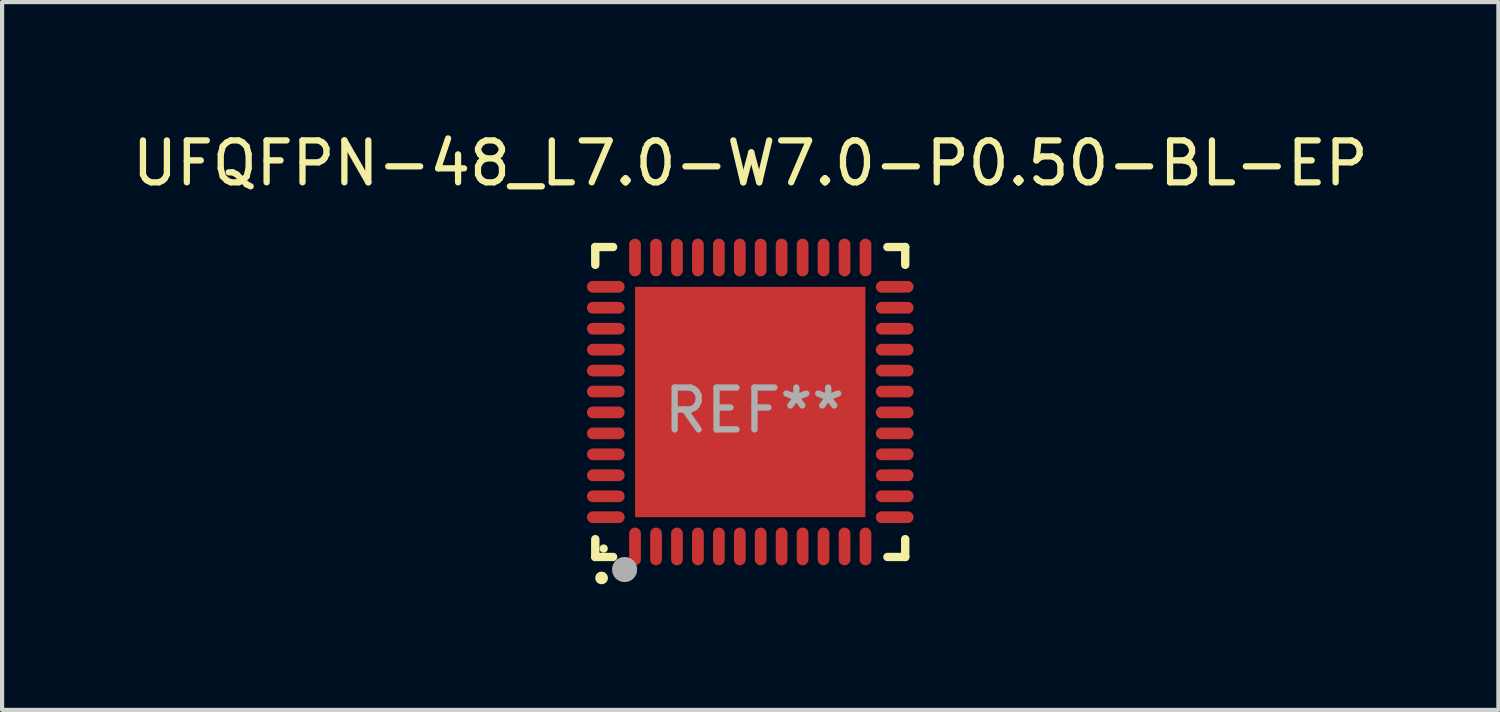
<source format=kicad_pcb>
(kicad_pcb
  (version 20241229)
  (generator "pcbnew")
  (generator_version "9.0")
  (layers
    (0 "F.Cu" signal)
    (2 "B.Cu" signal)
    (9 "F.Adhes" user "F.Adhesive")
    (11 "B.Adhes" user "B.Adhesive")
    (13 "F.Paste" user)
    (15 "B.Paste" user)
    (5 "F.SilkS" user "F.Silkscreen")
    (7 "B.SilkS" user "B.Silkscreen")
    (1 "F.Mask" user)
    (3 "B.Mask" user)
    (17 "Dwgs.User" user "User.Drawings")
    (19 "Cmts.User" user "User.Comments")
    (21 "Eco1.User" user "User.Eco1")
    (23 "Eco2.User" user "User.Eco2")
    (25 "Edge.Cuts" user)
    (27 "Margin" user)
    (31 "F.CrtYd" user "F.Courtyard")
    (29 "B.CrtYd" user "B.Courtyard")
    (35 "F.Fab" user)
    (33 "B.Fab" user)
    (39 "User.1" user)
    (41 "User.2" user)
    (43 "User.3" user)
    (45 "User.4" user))
  (footprint "UFQFPN-48_L7.0-W7.0-P0.50-BL-EP"
    (layer "F.Cu")
    (at 14.863 6.548)
    (property "Reference" "UFQFPN-48_L7.0-W7.0-P0.50-BL-EP" (at 0 -5.7 0) (layer "F.SilkS") (effects (font (size 1 1) (thickness 0.15))))
    (attr through_hole)
    (fp_line (start -3.7 -3.7) (end -3.275 -3.7) (stroke (width 0.2) (type solid)) (layer "F.SilkS"))
    (fp_line (start -3.7 -3.275) (end -3.7 -3.7) (stroke (width 0.2) (type solid)) (layer "F.SilkS"))
    (fp_line (start -3.7 3.7) (end -3.7 3.275) (stroke (width 0.2) (type solid)) (layer "F.SilkS"))
    (fp_line (start -3.275 3.7) (end -3.7 3.7) (stroke (width 0.2) (type solid)) (layer "F.SilkS"))
    (fp_line (start 3.7 -3.7) (end 3.275 -3.7) (stroke (width 0.2) (type solid)) (layer "F.SilkS"))
    (fp_line (start 3.7 -3.275) (end 3.7 -3.7) (stroke (width 0.2) (type solid)) (layer "F.SilkS"))
    (fp_line (start 3.7 3.275) (end 3.7 3.7) (stroke (width 0.2) (type solid)) (layer "F.SilkS"))
    (fp_line (start 3.7 3.7) (end 3.275 3.7) (stroke (width 0.2) (type solid)) (layer "F.SilkS"))
    (fp_arc (start -3.550927 4.201168) (mid -3.549657 4.201163) (end -3.548387 4.201168) (stroke (width 0.3) (type solid)) (layer "F.SilkS"))
    (fp_circle (center -3.5 3.5) (end -3.45 3.5) (stroke (width 0.1) (type solid)) (fill no) (layer "F.SilkS"))
    (fp_circle (center -3 4) (end -2.85 4) (stroke (width 0.3) (type solid)) (fill no) (layer "F.Fab"))
    (fp_text user "REF**" (at 0.1 0.2 0) (layer "F.Fab") (effects (font (size 1 1) (thickness 0.15))))
    (pad "1" smd oval (at -2.751 3.449) (size 0.28 0.9) (layers "F.Cu" "F.Mask" "F.Paste"))
    (pad "2" smd oval (at -2.25 3.449) (size 0.28 0.9) (layers "F.Cu" "F.Mask" "F.Paste"))
    (pad "3" smd oval (at -1.75 3.449) (size 0.28 0.9) (layers "F.Cu" "F.Mask" "F.Paste"))
    (pad "4" smd oval (at -1.25 3.449) (size 0.28 0.9) (layers "F.Cu" "F.Mask" "F.Paste"))
    (pad "5" smd oval (at -0.749 3.449) (size 0.28 0.9) (layers "F.Cu" "F.Mask" "F.Paste"))
    (pad "6" smd oval (at -0.249 3.449) (size 0.28 0.9) (layers "F.Cu" "F.Mask" "F.Paste"))
    (pad "7" smd oval (at 0.249 3.449) (size 0.28 0.9) (layers "F.Cu" "F.Mask" "F.Paste"))
    (pad "8" smd oval (at 0.749 3.449) (size 0.28 0.9) (layers "F.Cu" "F.Mask" "F.Paste"))
    (pad "9" smd oval (at 1.25 3.449) (size 0.28 0.9) (layers "F.Cu" "F.Mask" "F.Paste"))
    (pad "10" smd oval (at 1.75 3.449) (size 0.28 0.9) (layers "F.Cu" "F.Mask" "F.Paste"))
    (pad "11" smd oval (at 2.251 3.449) (size 0.28 0.9) (layers "F.Cu" "F.Mask" "F.Paste"))
    (pad "12" smd oval (at 2.751 3.449) (size 0.28 0.9) (layers "F.Cu" "F.Mask" "F.Paste"))
    (pad "13" smd oval (at 3.449 2.751) (size 0.9 0.28) (layers "F.Cu" "F.Mask" "F.Paste"))
    (pad "14" smd oval (at 3.449 2.251) (size 0.9 0.28) (layers "F.Cu" "F.Mask" "F.Paste"))
    (pad "15" smd oval (at 3.449 1.75) (size 0.9 0.28) (layers "F.Cu" "F.Mask" "F.Paste"))
    (pad "16" smd oval (at 3.449 1.25) (size 0.9 0.28) (layers "F.Cu" "F.Mask" "F.Paste"))
    (pad "17" smd oval (at 3.449 0.749) (size 0.9 0.28) (layers "F.Cu" "F.Mask" "F.Paste"))
    (pad "18" smd oval (at 3.449 0.249) (size 0.9 0.28) (layers "F.Cu" "F.Mask" "F.Paste"))
    (pad "19" smd oval (at 3.449 -0.249) (size 0.9 0.28) (layers "F.Cu" "F.Mask" "F.Paste"))
    (pad "20" smd oval (at 3.449 -0.749) (size 0.9 0.28) (layers "F.Cu" "F.Mask" "F.Paste"))
    (pad "21" smd oval (at 3.449 -1.25) (size 0.9 0.28) (layers "F.Cu" "F.Mask" "F.Paste"))
    (pad "22" smd oval (at 3.449 -1.75) (size 0.9 0.28) (layers "F.Cu" "F.Mask" "F.Paste"))
    (pad "23" smd oval (at 3.449 -2.25) (size 0.9 0.28) (layers "F.Cu" "F.Mask" "F.Paste"))
    (pad "24" smd oval (at 3.449 -2.751) (size 0.9 0.28) (layers "F.Cu" "F.Mask" "F.Paste"))
    (pad "25" smd oval (at 2.751 -3.449) (size 0.28 0.9) (layers "F.Cu" "F.Mask" "F.Paste"))
    (pad "26" smd oval (at 2.251 -3.449) (size 0.28 0.9) (layers "F.Cu" "F.Mask" "F.Paste"))
    (pad "27" smd oval (at 1.75 -3.449) (size 0.28 0.9) (layers "F.Cu" "F.Mask" "F.Paste"))
    (pad "28" smd oval (at 1.25 -3.449) (size 0.28 0.9) (layers "F.Cu" "F.Mask" "F.Paste"))
    (pad "29" smd oval (at 0.749 -3.449) (size 0.28 0.9) (layers "F.Cu" "F.Mask" "F.Paste"))
    (pad "30" smd oval (at 0.249 -3.449) (size 0.28 0.9) (layers "F.Cu" "F.Mask" "F.Paste"))
    (pad "31" smd oval (at -0.249 -3.449) (size 0.28 0.9) (layers "F.Cu" "F.Mask" "F.Paste"))
    (pad "32" smd oval (at -0.749 -3.449) (size 0.28 0.9) (layers "F.Cu" "F.Mask" "F.Paste"))
    (pad "33" smd oval (at -1.25 -3.449) (size 0.28 0.9) (layers "F.Cu" "F.Mask" "F.Paste"))
    (pad "34" smd oval (at -1.75 -3.449) (size 0.28 0.9) (layers "F.Cu" "F.Mask" "F.Paste"))
    (pad "35" smd oval (at -2.25 -3.449) (size 0.28 0.9) (layers "F.Cu" "F.Mask" "F.Paste"))
    (pad "36" smd oval (at -2.751 -3.449) (size 0.28 0.9) (layers "F.Cu" "F.Mask" "F.Paste"))
    (pad "37" smd oval (at -3.449 -2.751) (size 0.9 0.28) (layers "F.Cu" "F.Mask" "F.Paste"))
    (pad "38" smd oval (at -3.449 -2.25) (size 0.9 0.28) (layers "F.Cu" "F.Mask" "F.Paste"))
    (pad "39" smd oval (at -3.449 -1.75) (size 0.9 0.28) (layers "F.Cu" "F.Mask" "F.Paste"))
    (pad "40" smd oval (at -3.449 -1.25) (size 0.9 0.28) (layers "F.Cu" "F.Mask" "F.Paste"))
    (pad "41" smd oval (at -3.449 -0.749) (size 0.9 0.28) (layers "F.Cu" "F.Mask" "F.Paste"))
    (pad "42" smd oval (at -3.449 -0.249) (size 0.9 0.28) (layers "F.Cu" "F.Mask" "F.Paste"))
    (pad "43" smd oval (at -3.449 0.249) (size 0.9 0.28) (layers "F.Cu" "F.Mask" "F.Paste"))
    (pad "44" smd oval (at -3.449 0.749) (size 0.9 0.28) (layers "F.Cu" "F.Mask" "F.Paste"))
    (pad "45" smd oval (at -3.449 1.25) (size 0.9 0.28) (layers "F.Cu" "F.Mask" "F.Paste"))
    (pad "46" smd oval (at -3.449 1.75) (size 0.9 0.28) (layers "F.Cu" "F.Mask" "F.Paste"))
    (pad "47" smd oval (at -3.449 2.251) (size 0.9 0.28) (layers "F.Cu" "F.Mask" "F.Paste"))
    (pad "48" smd oval (at -3.449 2.751) (size 0.9 0.28) (layers "F.Cu" "F.Mask" "F.Paste"))
    (pad "49" smd rect (at 0.000076 0.000076) (size 5.5 5.5) (layers "F.Cu" "F.Mask" "F.Paste")))
  (gr_rect
    (start -3 -3)
    (end 32.726 13.899)
    (stroke (width 0.1) (type default))
    (fill no)
    (layer "Edge.Cuts")))
</source>
